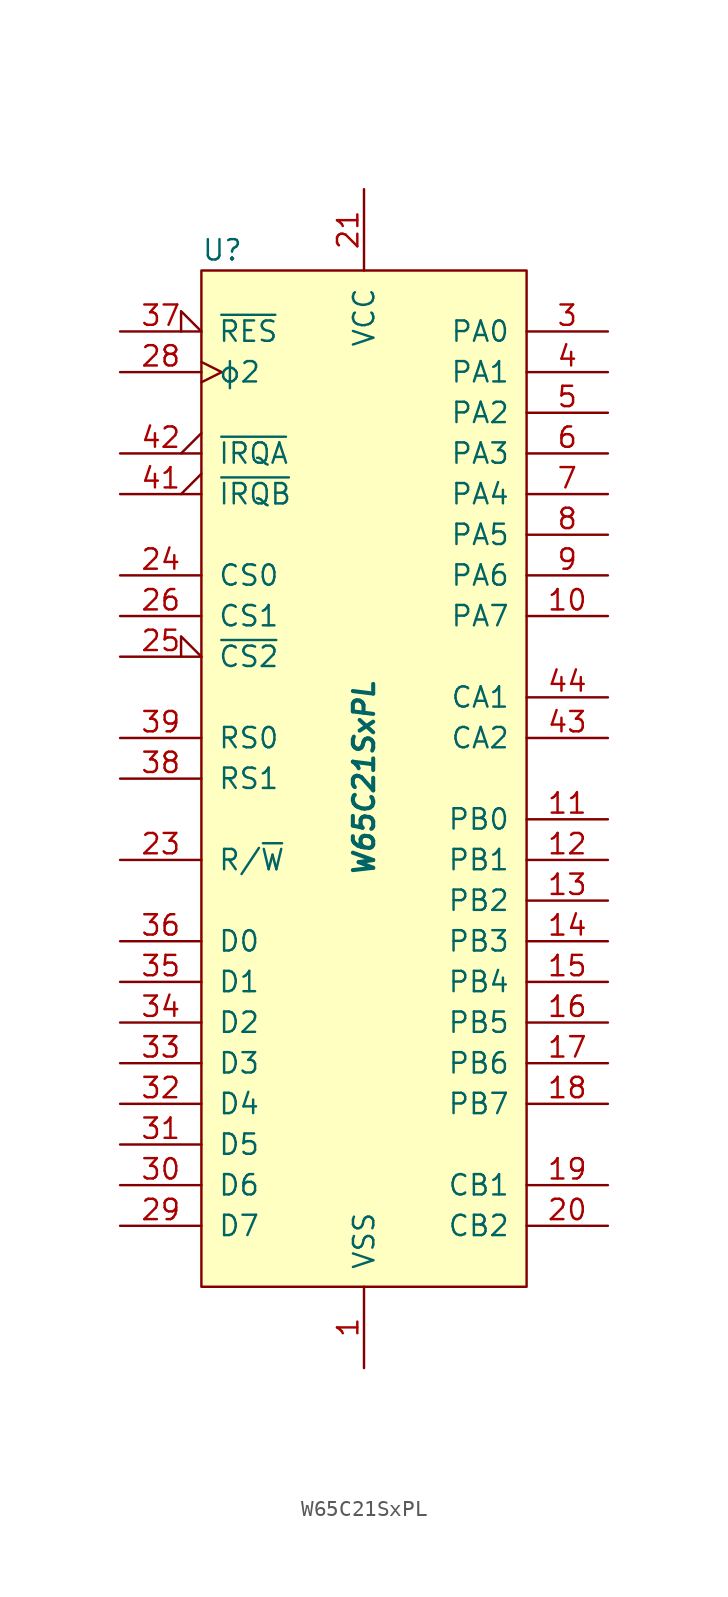
<source format=kicad_sym>
(kicad_symbol_lib
  (version 20211014)
  (generator kicad_symbol_editor)
  (symbol "W65C21SxPL"
    (pin_names
      (offset 1.016))
    (property "Reference" "U"
      (at -10.16 33.02 0)
      (effects (font (size 1.27 1.27)) (justify left)))
    (property "Value" "W65C21SxPL"
      (at 0 0 90)
      (effects (font (size 1.27 1.27) bold italic)))
    (symbol "W65C21SxPL_0_1"
      (rectangle (start -10.16 31.75) (end 10.16 -31.75) (stroke (width 0) (type default) (color 0 0 0 0)) (fill (type background))))
    (symbol "W65C21SxPL_1_1"
      (pin power_in line (at 0 -36.83 90) (length 5.08) (name "VSS" (effects (font (size 1.27 1.27)))) (number "1" (effects (font (size 1.27 1.27)))))
      (pin bidirectional line (at 15.24 10.16 180) (length 5.08) (name "PA7" (effects (font (size 1.27 1.27)))) (number "10" (effects (font (size 1.27 1.27)))))
      (pin bidirectional line (at 15.24 -2.54 180) (length 5.08) (name "PB0" (effects (font (size 1.27 1.27)))) (number "11" (effects (font (size 1.27 1.27)))))
      (pin bidirectional line (at 15.24 -5.08 180) (length 5.08) (name "PB1" (effects (font (size 1.27 1.27)))) (number "12" (effects (font (size 1.27 1.27)))))
      (pin bidirectional line (at 15.24 -7.62 180) (length 5.08) (name "PB2" (effects (font (size 1.27 1.27)))) (number "13" (effects (font (size 1.27 1.27)))))
      (pin bidirectional line (at 15.24 -10.16 180) (length 5.08) (name "PB3" (effects (font (size 1.27 1.27)))) (number "14" (effects (font (size 1.27 1.27)))))
      (pin bidirectional line (at 15.24 -12.7 180) (length 5.08) (name "PB4" (effects (font (size 1.27 1.27)))) (number "15" (effects (font (size 1.27 1.27)))))
      (pin bidirectional line (at 15.24 -15.24 180) (length 5.08) (name "PB5" (effects (font (size 1.27 1.27)))) (number "16" (effects (font (size 1.27 1.27)))))
      (pin bidirectional line (at 15.24 -17.78 180) (length 5.08) (name "PB6" (effects (font (size 1.27 1.27)))) (number "17" (effects (font (size 1.27 1.27)))))
      (pin bidirectional line (at 15.24 -20.32 180) (length 5.08) (name "PB7" (effects (font (size 1.27 1.27)))) (number "18" (effects (font (size 1.27 1.27)))))
      (pin input line (at 15.24 -25.4 180) (length 5.08) (name "CB1" (effects (font (size 1.27 1.27)))) (number "19" (effects (font (size 1.27 1.27)))))
      (pin no_connect non_logic (at -10.16 22.86 0) (length 2.54) hide (name "nc" (effects (font (size 1.27 1.27)))) (number "2" (effects (font (size 1.27 1.27)))))
      (pin bidirectional line (at 15.24 -27.94 180) (length 5.08) (name "CB2" (effects (font (size 1.27 1.27)))) (number "20" (effects (font (size 1.27 1.27)))))
      (pin power_in line (at 0 36.83 270) (length 5.08) (name "VCC" (effects (font (size 1.27 1.27)))) (number "21" (effects (font (size 1.27 1.27)))))
      (pin no_connect non_logic (at -10.16 15.24 0) (length 2.54) hide (name "nc" (effects (font (size 1.27 1.27)))) (number "22" (effects (font (size 1.27 1.27)))))
      (pin input line (at -15.24 -5.08 0) (length 5.08) (name "R/~{W}" (effects (font (size 1.27 1.27)))) (number "23" (effects (font (size 1.27 1.27)))))
      (pin input line (at -15.24 12.7 0) (length 5.08) (name "CS0" (effects (font (size 1.27 1.27)))) (number "24" (effects (font (size 1.27 1.27)))))
      (pin input input_low (at -15.24 7.62 0) (length 5.08) (name "~{CS2}" (effects (font (size 1.27 1.27)))) (number "25" (effects (font (size 1.27 1.27)))))
      (pin input line (at -15.24 10.16 0) (length 5.08) (name "CS1" (effects (font (size 1.27 1.27)))) (number "26" (effects (font (size 1.27 1.27)))))
      (pin no_connect non_logic (at -10.16 5.08 0) (length 2.54) hide (name "nc" (effects (font (size 1.27 1.27)))) (number "27" (effects (font (size 1.27 1.27)))))
      (pin input clock (at -15.24 25.4 0) (length 5.08) (name "ϕ2" (effects (font (size 1.27 1.27)))) (number "28" (effects (font (size 1.27 1.27)))))
      (pin bidirectional line (at -15.24 -27.94 0) (length 5.08) (name "D7" (effects (font (size 1.27 1.27)))) (number "29" (effects (font (size 1.27 1.27)))))
      (pin bidirectional line (at 15.24 27.94 180) (length 5.08) (name "PA0" (effects (font (size 1.27 1.27)))) (number "3" (effects (font (size 1.27 1.27)))))
      (pin bidirectional line (at -15.24 -25.4 0) (length 5.08) (name "D6" (effects (font (size 1.27 1.27)))) (number "30" (effects (font (size 1.27 1.27)))))
      (pin bidirectional line (at -15.24 -22.86 0) (length 5.08) (name "D5" (effects (font (size 1.27 1.27)))) (number "31" (effects (font (size 1.27 1.27)))))
      (pin bidirectional line (at -15.24 -20.32 0) (length 5.08) (name "D4" (effects (font (size 1.27 1.27)))) (number "32" (effects (font (size 1.27 1.27)))))
      (pin bidirectional line (at -15.24 -17.78 0) (length 5.08) (name "D3" (effects (font (size 1.27 1.27)))) (number "33" (effects (font (size 1.27 1.27)))))
      (pin bidirectional line (at -15.24 -15.24 0) (length 5.08) (name "D2" (effects (font (size 1.27 1.27)))) (number "34" (effects (font (size 1.27 1.27)))))
      (pin bidirectional line (at -15.24 -12.7 0) (length 5.08) (name "D1" (effects (font (size 1.27 1.27)))) (number "35" (effects (font (size 1.27 1.27)))))
      (pin bidirectional line (at -15.24 -10.16 0) (length 5.08) (name "D0" (effects (font (size 1.27 1.27)))) (number "36" (effects (font (size 1.27 1.27)))))
      (pin input input_low (at -15.24 27.94 0) (length 5.08) (name "~{RES}" (effects (font (size 1.27 1.27)))) (number "37" (effects (font (size 1.27 1.27)))))
      (pin input line (at -15.24 0 0) (length 5.08) (name "RS1" (effects (font (size 1.27 1.27)))) (number "38" (effects (font (size 1.27 1.27)))))
      (pin input line (at -15.24 2.54 0) (length 5.08) (name "RS0" (effects (font (size 1.27 1.27)))) (number "39" (effects (font (size 1.27 1.27)))))
      (pin bidirectional line (at 15.24 25.4 180) (length 5.08) (name "PA1" (effects (font (size 1.27 1.27)))) (number "4" (effects (font (size 1.27 1.27)))))
      (pin no_connect non_logic (at -10.16 -2.54 0) (length 2.54) hide (name "nc" (effects (font (size 1.27 1.27)))) (number "40" (effects (font (size 1.27 1.27)))))
      (pin open_collector output_low (at -15.24 17.78 0) (length 5.08) (name "~{IRQB}" (effects (font (size 1.27 1.27)))) (number "41" (effects (font (size 1.27 1.27)))))
      (pin open_collector output_low (at -15.24 20.32 0) (length 5.08) (name "~{IRQA}" (effects (font (size 1.27 1.27)))) (number "42" (effects (font (size 1.27 1.27)))))
      (pin bidirectional line (at 15.24 2.54 180) (length 5.08) (name "CA2" (effects (font (size 1.27 1.27)))) (number "43" (effects (font (size 1.27 1.27)))))
      (pin input line (at 15.24 5.08 180) (length 5.08) (name "CA1" (effects (font (size 1.27 1.27)))) (number "44" (effects (font (size 1.27 1.27)))))
      (pin bidirectional line (at 15.24 22.86 180) (length 5.08) (name "PA2" (effects (font (size 1.27 1.27)))) (number "5" (effects (font (size 1.27 1.27)))))
      (pin bidirectional line (at 15.24 20.32 180) (length 5.08) (name "PA3" (effects (font (size 1.27 1.27)))) (number "6" (effects (font (size 1.27 1.27)))))
      (pin bidirectional line (at 15.24 17.78 180) (length 5.08) (name "PA4" (effects (font (size 1.27 1.27)))) (number "7" (effects (font (size 1.27 1.27)))))
      (pin bidirectional line (at 15.24 15.24 180) (length 5.08) (name "PA5" (effects (font (size 1.27 1.27)))) (number "8" (effects (font (size 1.27 1.27)))))
      (pin bidirectional line (at 15.24 12.7 180) (length 5.08) (name "PA6" (effects (font (size 1.27 1.27)))) (number "9" (effects (font (size 1.27 1.27))))))))
</source>
